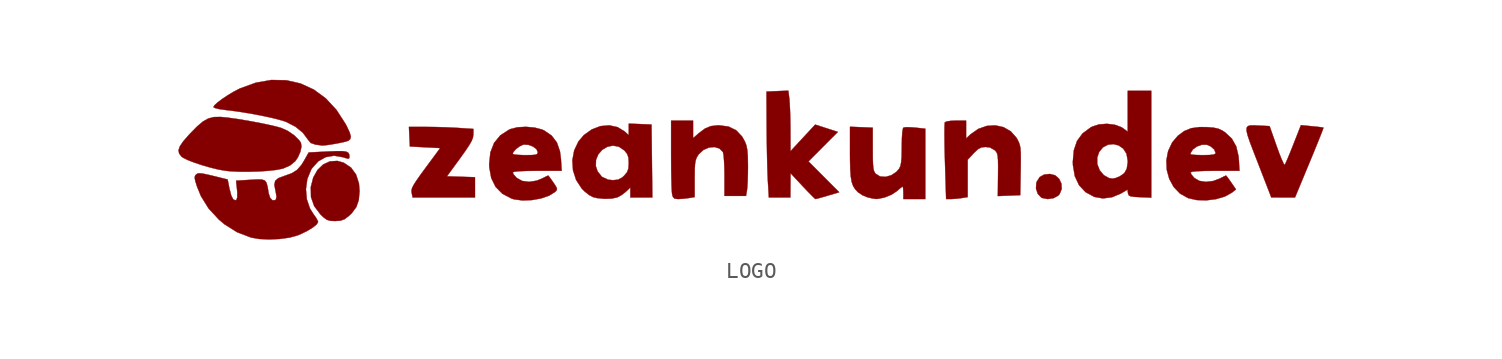
<source format=kicad_sym>
(kicad_symbol_lib
  (version 20220914)
  (generator bitmap2component)
  (symbol "LOGO"
    (pin_names
      (offset 1.016))
    (property "Reference" "#G"
      (at 0 4.367 0)
      (effects (font (size 1.27 1.27)) hide))
    (symbol "LOGO_0_0"
      (polyline (pts (xy -29.465 -4.946) (xy -28.852 -4.861) (xy -28.354 -4.725) (xy -28.125 -4.63) (xy -27.72 -4.429) (xy -27.383 -4.221) (xy -27.153 -4.032) (xy -27.067 -3.886) (xy -27.079 -3.832) (xy -27.181 -3.637) (xy -27.352 -3.395) (xy -27.568 -3.055) (xy -27.77 -2.469) (xy -27.828 -1.833) (xy -27.741 -1.199) (xy -27.504 -0.621) (xy -27.443 -0.523) (xy -27.058 -0.095) (xy -26.59 0.169) (xy -26.067 0.259) (xy -25.516 0.164) (xy -25.42 0.132) (xy -25.213 0.074) (xy -25.125 0.09) (xy -25.107 0.183) (xy -25.119 0.328) (xy -25.177 0.443) (xy -25.309 0.512) (xy -25.546 0.543) (xy -25.919 0.543) (xy -26.457 0.521) (xy -27.654 0.461) (xy -27.94 -0.047) (xy -28.108 -0.319) (xy -28.377 -0.626) (xy -28.713 -0.839) (xy -29.181 -1.007) (xy -29.19 -1.01) (xy -29.554 -1.146) (xy -29.748 -1.315) (xy -29.799 -1.56) (xy -29.733 -1.924) (xy -29.716 -1.988) (xy -29.665 -2.311) (xy -29.705 -2.481) (xy -29.759 -2.523) (xy -29.922 -2.526) (xy -30.065 -2.373) (xy -30.157 -2.089) (xy -30.16 -2.07) (xy -30.223 -1.682) (xy -30.291 -1.431) (xy -30.401 -1.288) (xy -30.592 -1.229) (xy -30.902 -1.226) (xy -31.37 -1.253) (xy -32.192 -1.302) (xy -32.132 -1.872) (xy -32.117 -2.062) (xy -32.121 -2.367) (xy -32.177 -2.507) (xy -32.231 -2.53) (xy -32.372 -2.472) (xy -32.496 -2.228) (xy -32.608 -1.792) (xy -32.721 -1.226) (xy -33.638 -1.002) (xy -33.916 -0.935) (xy -34.258 -0.863) (xy -34.475 -0.838) (xy -34.608 -0.858) (xy -34.697 -0.919) (xy -34.757 -0.997) (xy -34.78 -1.124) (xy -34.74 -1.332) (xy -34.633 -1.671) (xy -34.389 -2.268) (xy -33.914 -3.035) (xy -33.271 -3.731) (xy -32.925 -4.023) (xy -32.137 -4.52) (xy -31.258 -4.856) (xy -31.256 -4.857) (xy -30.742 -4.947) (xy -30.12 -4.975) (xy -29.465 -4.946)) (stroke (width 0.01) (type default)) (fill (type outline)))
      (polyline (pts (xy -25.667 -3.803) (xy -25.414 -3.712) (xy -25.153 -3.516) (xy -24.96 -3.332) (xy -24.677 -2.952) (xy -24.525 -2.516) (xy -24.475 -1.961) (xy -24.512 -1.478) (xy -24.692 -0.919) (xy -25.012 -0.481) (xy -25.464 -0.179) (xy -25.865 -0.067) (xy -26.329 -0.096) (xy -26.75 -0.29) (xy -27.104 -0.632) (xy -27.369 -1.105) (xy -27.52 -1.692) (xy -27.522 -1.707) (xy -27.51 -2.326) (xy -27.309 -2.896) (xy -26.923 -3.406) (xy -26.722 -3.599) (xy -26.515 -3.748) (xy -26.302 -3.811) (xy -26.005 -3.825) (xy -25.667 -3.803)) (stroke (width 0.01) (type default)) (fill (type outline)))
      (polyline (pts (xy -13.699 -2.515) (xy -13.129 -2.412) (xy -12.626 -2.239) (xy -12.251 -2.004) (xy -12.162 -1.912) (xy -12.134 -1.811) (xy -12.198 -1.663) (xy -12.365 -1.41) (xy -12.482 -1.243) (xy -12.62 -1.054) (xy -12.684 -0.981) (xy -12.706 -0.989) (xy -12.855 -1.058) (xy -13.092 -1.177) (xy -13.412 -1.304) (xy -13.882 -1.376) (xy -14.312 -1.318) (xy -14.647 -1.133) (xy -14.678 -1.103) (xy -14.84 -0.919) (xy -14.906 -0.789) (xy -14.906 -0.788) (xy -14.804 -0.744) (xy -14.511 -0.712) (xy -14.032 -0.693) (xy -13.374 -0.686) (xy -11.841 -0.686) (xy -11.888 0.055) (xy -11.95 0.533) (xy -12.143 1.087) (xy -12.47 1.515) (xy -12.943 1.839) (xy -13.065 1.893) (xy -13.534 2.015) (xy -14.074 2.063) (xy -14.601 2.035) (xy -15.032 1.927) (xy -15.141 1.879) (xy -15.681 1.529) (xy -16.066 1.058) (xy -16.297 0.467) (xy -16.307 0.374) (xy -14.906 0.374) (xy -14.867 0.48) (xy -14.706 0.665) (xy -14.48 0.839) (xy -14.256 0.944) (xy -14.21 0.953) (xy -13.926 0.938) (xy -13.643 0.835) (xy -13.425 0.676) (xy -13.337 0.492) (xy -13.34 0.438) (xy -13.38 0.36) (xy -13.497 0.317) (xy -13.731 0.298) (xy -14.122 0.294) (xy -14.233 0.295) (xy -14.576 0.309) (xy -14.816 0.337) (xy -14.906 0.374) (xy -16.307 0.374) (xy -16.373 -0.245) (xy -16.367 -0.464) (xy -16.245 -1.138) (xy -15.971 -1.692) (xy -15.549 -2.12) (xy -14.981 -2.419) (xy -14.799 -2.473) (xy -14.276 -2.539) (xy -13.699 -2.515)) (stroke (width 0.01) (type default)) (fill (type outline)))
      (polyline (pts (xy 29.058 -2.456) (xy 29.611 -2.293) (xy 30.045 -2.053) (xy 30.303 -1.849) (xy 30.005 -1.415) (xy 29.884 -1.243) (xy 29.746 -1.054) (xy 29.682 -0.981) (xy 29.66 -0.989) (xy 29.511 -1.058) (xy 29.274 -1.177) (xy 28.88 -1.323) (xy 28.422 -1.378) (xy 28.01 -1.314) (xy 27.7 -1.132) (xy 27.679 -1.111) (xy 27.523 -0.922) (xy 27.459 -0.789) (xy 27.46 -0.787) (xy 27.563 -0.744) (xy 27.857 -0.712) (xy 28.335 -0.693) (xy 28.991 -0.686) (xy 30.522 -0.686) (xy 30.484 -0.025) (xy 30.462 0.23) (xy 30.318 0.84) (xy 30.044 1.326) (xy 29.627 1.715) (xy 29.455 1.828) (xy 29.204 1.945) (xy 28.908 2.01) (xy 28.491 2.044) (xy 28.024 2.048) (xy 27.502 1.976) (xy 27.068 1.799) (xy 26.668 1.502) (xy 26.314 1.085) (xy 26.063 0.548) (xy 26.025 0.35) (xy 27.459 0.35) (xy 27.471 0.431) (xy 27.613 0.654) (xy 27.87 0.837) (xy 28.179 0.945) (xy 28.48 0.943) (xy 28.724 0.839) (xy 28.942 0.647) (xy 29.029 0.434) (xy 29.009 0.381) (xy 28.895 0.329) (xy 28.651 0.302) (xy 28.244 0.294) (xy 28.133 0.295) (xy 27.79 0.304) (xy 27.55 0.324) (xy 27.459 0.35) (xy 26.025 0.35) (xy 25.953 -0.033) (xy 25.978 -0.625) (xy 26.133 -1.192) (xy 26.411 -1.699) (xy 26.807 -2.111) (xy 27.314 -2.393) (xy 27.315 -2.393) (xy 27.847 -2.514) (xy 28.449 -2.532) (xy 29.058 -2.456)) (stroke (width 0.01) (type default)) (fill (type outline)))
      (polyline (pts (xy -8.727 -2.423) (xy -8.367 -2.347) (xy -8.35 -2.341) (xy -8.082 -2.191) (xy -7.821 -1.986) (xy -7.551 -1.728) (xy -7.551 -2.041) (xy -7.551 -2.354) (xy -6.863 -2.354) (xy -6.175 -2.354) (xy -6.201 -0.073) (xy -6.227 2.207) (xy -6.938 2.235) (xy -7.649 2.264) (xy -7.649 1.9) (xy -7.649 1.535) (xy -7.87 1.742) (xy -7.902 1.771) (xy -8.349 2.044) (xy -8.864 2.155) (xy -9.411 2.108) (xy -9.953 1.905) (xy -10.454 1.549) (xy -10.791 1.153) (xy -11.059 0.59) (xy -11.174 -0.026) (xy -11.151 -0.392) (xy -9.708 -0.392) (xy -9.697 -0.004) (xy -9.554 0.343) (xy -9.31 0.623) (xy -8.994 0.814) (xy -8.64 0.889) (xy -8.277 0.824) (xy -7.936 0.596) (xy -7.918 0.578) (xy -7.748 0.367) (xy -7.669 0.139) (xy -7.649 -0.196) (xy -7.649 -0.228) (xy -7.672 -0.551) (xy -7.757 -0.775) (xy -7.936 -0.988) (xy -8.069 -1.109) (xy -8.318 -1.24) (xy -8.647 -1.273) (xy -8.945 -1.24) (xy -9.328 -1.059) (xy -9.599 -0.717) (xy -9.708 -0.392) (xy -11.151 -0.392) (xy -11.134 -0.656) (xy -10.939 -1.26) (xy -10.586 -1.798) (xy -10.421 -1.965) (xy -10.135 -2.195) (xy -9.886 -2.328) (xy -9.641 -2.388) (xy -9.182 -2.436) (xy -8.727 -2.423)) (stroke (width 0.01) (type default)) (fill (type outline)))
      (polyline (pts (xy -4.559 -2.451) (xy -4.239 -2.431) (xy -3.898 -2.389) (xy -3.53 -2.328) (xy -3.53 -1.179) (xy -3.53 -1.059) (xy -3.525 -0.589) (xy -3.506 -0.261) (xy -3.468 -0.033) (xy -3.404 0.141) (xy -3.306 0.304) (xy -3.27 0.355) (xy -2.983 0.617) (xy -2.64 0.767) (xy -2.289 0.8) (xy -1.98 0.708) (xy -1.763 0.486) (xy -1.758 0.475) (xy -1.723 0.29) (xy -1.694 -0.043) (xy -1.674 -0.478) (xy -1.667 -0.974) (xy -1.667 -2.256) (xy -0.994 -2.256) (xy -0.32 -2.256) (xy -0.259 -1.888) (xy -0.239 -1.704) (xy -0.218 -1.34) (xy -0.204 -0.884) (xy -0.199 -0.392) (xy -0.2 -0.293) (xy -0.21 0.23) (xy -0.24 0.611) (xy -0.296 0.895) (xy -0.382 1.128) (xy -0.561 1.45) (xy -0.936 1.847) (xy -1.416 2.081) (xy -2.01 2.158) (xy -2.082 2.157) (xy -2.52 2.107) (xy -2.89 1.953) (xy -3.274 1.664) (xy -3.629 1.353) (xy -3.629 1.902) (xy -3.629 2.452) (xy -4.315 2.452) (xy -5.002 2.452) (xy -5.002 0.306) (xy -5.001 0.078) (xy -4.997 -0.557) (xy -4.987 -1.131) (xy -4.974 -1.609) (xy -4.958 -1.958) (xy -4.94 -2.145) (xy -4.9 -2.298) (xy -4.794 -2.423) (xy -4.572 -2.451) (xy -4.559 -2.451)) (stroke (width 0.01) (type default)) (fill (type outline)))
      (polyline (pts (xy 4.029 -2.45) (xy 4.17 -2.416) (xy 4.439 -2.341) (xy 4.787 -2.24) (xy 5.505 -2.027) (xy 4.544 -1.063) (xy 3.583 -0.098) (xy 4.501 0.824) (xy 5.42 1.746) (xy 4.712 1.974) (xy 4.003 2.202) (xy 3.232 1.371) (xy 2.46 0.539) (xy 2.455 1.912) (xy 2.455 2) (xy 2.447 2.553) (xy 2.432 3.074) (xy 2.411 3.51) (xy 2.388 3.804) (xy 2.325 4.323) (xy 1.642 4.295) (xy 0.959 4.266) (xy 0.971 2.01) (xy 0.972 1.815) (xy 0.98 1.084) (xy 0.992 0.359) (xy 1.007 -0.311) (xy 1.025 -0.879) (xy 1.044 -1.299) (xy 1.107 -2.354) (xy 1.779 -2.354) (xy 2.452 -2.354) (xy 2.457 -1.594) (xy 2.462 -0.834) (xy 3.217 -1.642) (xy 3.49 -1.93) (xy 3.752 -2.2) (xy 3.938 -2.383) (xy 4.021 -2.451) (xy 4.029 -2.45)) (stroke (width 0.01) (type default)) (fill (type outline)))
      (polyline (pts (xy 10.886 -0.253) (xy 10.886 1.946) (xy 10.256 2.013) (xy 9.945 2.037) (xy 9.667 2.039) (xy 9.521 2.015) (xy 9.492 1.968) (xy 9.45 1.742) (xy 9.424 1.353) (xy 9.415 0.824) (xy 9.414 0.691) (xy 9.405 0.195) (xy 9.377 -0.152) (xy 9.328 -0.387) (xy 9.253 -0.548) (xy 9.084 -0.748) (xy 8.759 -0.964) (xy 8.399 -1.065) (xy 8.057 -1.038) (xy 7.787 -0.872) (xy 7.745 -0.82) (xy 7.681 -0.701) (xy 7.64 -0.527) (xy 7.615 -0.264) (xy 7.603 0.124) (xy 7.6 0.673) (xy 7.6 2.01) (xy 6.889 2.039) (xy 6.178 2.068) (xy 6.178 0.443) (xy 6.18 0.022) (xy 6.194 -0.583) (xy 6.227 -1.041) (xy 6.286 -1.383) (xy 6.377 -1.641) (xy 6.507 -1.845) (xy 6.681 -2.027) (xy 6.684 -2.03) (xy 6.949 -2.207) (xy 7.257 -2.337) (xy 7.283 -2.344) (xy 7.564 -2.411) (xy 7.778 -2.443) (xy 7.91 -2.441) (xy 8.337 -2.355) (xy 8.771 -2.18) (xy 9.114 -1.953) (xy 9.198 -1.878) (xy 9.378 -1.727) (xy 9.47 -1.667) (xy 9.479 -1.677) (xy 9.503 -1.814) (xy 9.513 -2.059) (xy 9.513 -2.452) (xy 10.199 -2.452) (xy 10.886 -2.452) (xy 10.886 -0.253)) (stroke (width 0.01) (type default)) (fill (type outline)))
      (polyline (pts (xy 12.492 -2.451) (xy 12.505 -2.451) (xy 12.825 -2.431) (xy 13.166 -2.389) (xy 13.534 -2.328) (xy 13.534 -1.16) (xy 13.534 0.008) (xy 13.905 0.406) (xy 13.947 0.45) (xy 14.188 0.672) (xy 14.399 0.778) (xy 14.653 0.804) (xy 14.931 0.77) (xy 15.237 0.595) (xy 15.311 0.511) (xy 15.372 0.397) (xy 15.41 0.231) (xy 15.43 -0.023) (xy 15.436 -0.401) (xy 15.432 -0.939) (xy 15.418 -2.264) (xy 16.119 -2.235) (xy 16.819 -2.207) (xy 16.846 -0.682) (xy 16.85 -0.454) (xy 16.855 0.071) (xy 16.85 0.451) (xy 16.831 0.724) (xy 16.792 0.927) (xy 16.732 1.098) (xy 16.645 1.274) (xy 16.584 1.379) (xy 16.229 1.78) (xy 15.777 2.04) (xy 15.263 2.154) (xy 14.723 2.12) (xy 14.192 1.932) (xy 13.705 1.589) (xy 13.435 1.336) (xy 13.435 1.894) (xy 13.435 2.452) (xy 12.804 2.452) (xy 12.494 2.439) (xy 12.232 2.401) (xy 12.107 2.346) (xy 12.096 2.285) (xy 12.086 2.048) (xy 12.082 1.662) (xy 12.086 1.155) (xy 12.096 0.557) (xy 12.114 -0.105) (xy 12.186 -2.452) (xy 12.492 -2.451)) (stroke (width 0.01) (type default)) (fill (type outline)))
      (polyline (pts (xy 18.897 -2.399) (xy 19.191 -2.239) (xy 19.285 -2.131) (xy 19.41 -1.817) (xy 19.392 -1.485) (xy 19.249 -1.184) (xy 19.001 -0.967) (xy 18.669 -0.883) (xy 18.311 -0.922) (xy 18.035 -1.075) (xy 17.85 -1.369) (xy 17.823 -1.45) (xy 17.804 -1.796) (xy 17.914 -2.124) (xy 18.131 -2.353) (xy 18.19 -2.383) (xy 18.531 -2.45) (xy 18.897 -2.399)) (stroke (width 0.01) (type default)) (fill (type outline)))
      (polyline (pts (xy 22.553 -2.339) (xy 23.105 -2.108) (xy 23.523 -1.863) (xy 23.554 -2.084) (xy 23.56 -2.118) (xy 23.603 -2.22) (xy 23.71 -2.28) (xy 23.927 -2.313) (xy 24.297 -2.333) (xy 25.008 -2.362) (xy 25.008 0.976) (xy 25.008 4.315) (xy 24.272 4.315) (xy 23.537 4.315) (xy 23.537 3.037) (xy 23.537 1.759) (xy 23.24 1.978) (xy 23.146 2.039) (xy 22.734 2.191) (xy 22.242 2.251) (xy 21.747 2.215) (xy 21.322 2.079) (xy 21.213 2.02) (xy 20.713 1.649) (xy 20.368 1.18) (xy 20.169 0.596) (xy 20.129 0.139) (xy 21.629 0.139) (xy 21.75 0.489) (xy 21.991 0.782) (xy 22.302 0.945) (xy 22.643 0.983) (xy 22.976 0.898) (xy 23.262 0.696) (xy 23.461 0.379) (xy 23.537 -0.048) (xy 23.535 -0.171) (xy 23.477 -0.562) (xy 23.324 -0.831) (xy 23.048 -1.029) (xy 22.795 -1.133) (xy 22.585 -1.175) (xy 22.371 -1.142) (xy 22.04 -0.956) (xy 21.784 -0.65) (xy 21.635 -0.269) (xy 21.629 0.139) (xy 20.129 0.139) (xy 20.106 -0.119) (xy 20.113 -0.331) (xy 20.23 -1.02) (xy 20.493 -1.584) (xy 20.898 -2.017) (xy 21.442 -2.313) (xy 21.453 -2.317) (xy 21.984 -2.411) (xy 22.553 -2.339)) (stroke (width 0.01) (type default)) (fill (type outline)))
      (polyline (pts (xy -17.26 -1.72) (xy -17.26 -1.086) (xy -18.137 -1.058) (xy -19.015 -1.03) (xy -18.19 0.098) (xy -17.861 0.558) (xy -17.618 0.921) (xy -17.466 1.192) (xy -17.386 1.401) (xy -17.362 1.579) (xy -17.358 1.932) (xy -18.314 1.995) (xy -18.521 2.007) (xy -19.114 2.034) (xy -19.752 2.052) (xy -20.33 2.059) (xy -21.389 2.059) (xy -21.359 1.446) (xy -21.33 0.834) (xy -20.383 0.785) (xy -19.435 0.736) (xy -20.357 -0.511) (xy -20.696 -0.975) (xy -20.947 -1.334) (xy -21.109 -1.593) (xy -21.198 -1.781) (xy -21.229 -1.926) (xy -21.218 -2.056) (xy -21.159 -2.354) (xy -19.209 -2.354) (xy -17.26 -2.354) (xy -17.26 -1.72)) (stroke (width 0.01) (type default)) (fill (type outline)))
      (polyline (pts (xy 34.895 -0.181) (xy 35.07 0.242) (xy 35.302 0.808) (xy 35.498 1.293) (xy 35.649 1.672) (xy 35.743 1.92) (xy 35.772 2.013) (xy 35.77 2.014) (xy 35.654 2.034) (xy 35.398 2.065) (xy 35.054 2.1) (xy 34.362 2.166) (xy 33.888 0.96) (xy 33.853 0.871) (xy 33.675 0.427) (xy 33.521 0.056) (xy 33.407 -0.205) (xy 33.349 -0.319) (xy 33.339 -0.32) (xy 33.269 -0.213) (xy 33.155 0.04) (xy 33.008 0.407) (xy 32.844 0.858) (xy 32.404 2.108) (xy 31.815 2.137) (xy 31.736 2.141) (xy 31.428 2.156) (xy 31.198 2.151) (xy 31.045 2.106) (xy 30.967 1.999) (xy 30.964 1.811) (xy 31.033 1.52) (xy 31.174 1.107) (xy 31.385 0.551) (xy 31.665 -0.169) (xy 32.51 -2.349) (xy 33.251 -2.351) (xy 33.992 -2.354) (xy 34.895 -0.181)) (stroke (width 0.01) (type default)) (fill (type outline)))
      (polyline (pts (xy -30.73 -0.724) (xy -30.13 -0.682) (xy -29.622 -0.622) (xy -29.257 -0.545) (xy -29.256 -0.545) (xy -28.818 -0.352) (xy -28.5 -0.093) (xy -28.329 0.156) (xy -28.175 0.503) (xy -28.106 0.829) (xy -28.142 1.068) (xy -28.244 1.219) (xy -28.557 1.53) (xy -28.957 1.806) (xy -29.372 1.994) (xy -29.649 2.072) (xy -30.16 2.192) (xy -30.776 2.319) (xy -31.445 2.442) (xy -32.115 2.553) (xy -32.734 2.64) (xy -33.165 2.681) (xy -33.576 2.673) (xy -33.927 2.585) (xy -34.261 2.398) (xy -34.624 2.092) (xy -35.06 1.649) (xy -35.154 1.548) (xy -35.501 1.149) (xy -35.709 0.841) (xy -35.79 0.6) (xy -35.752 0.396) (xy -35.606 0.203) (xy -35.513 0.134) (xy -35.225 -0.009) (xy -34.816 -0.168) (xy -34.332 -0.329) (xy -33.817 -0.478) (xy -33.316 -0.601) (xy -32.874 -0.681) (xy -32.558 -0.715) (xy -31.996 -0.742) (xy -31.37 -0.744) (xy -30.73 -0.724)) (stroke (width 0.01) (type default)) (fill (type outline)))
      (polyline (pts (xy -26.659 0.904) (xy -26.359 0.943) (xy -25.999 1.002) (xy -25.64 1.071) (xy -25.346 1.137) (xy -25.179 1.191) (xy -25.055 1.294) (xy -25.021 1.454) (xy -25.09 1.705) (xy -25.264 2.082) (xy -25.34 2.228) (xy -25.913 3.116) (xy -26.582 3.839) (xy -27.336 4.393) (xy -28.163 4.772) (xy -29.05 4.973) (xy -29.985 4.991) (xy -30.955 4.822) (xy -31.95 4.461) (xy -31.988 4.444) (xy -32.346 4.257) (xy -32.718 4.034) (xy -33.068 3.799) (xy -33.358 3.58) (xy -33.55 3.403) (xy -33.608 3.294) (xy -33.603 3.285) (xy -33.47 3.224) (xy -33.2 3.163) (xy -32.845 3.114) (xy -32.553 3.081) (xy -31.869 2.986) (xy -31.14 2.864) (xy -30.427 2.726) (xy -29.789 2.584) (xy -29.286 2.448) (xy -29.054 2.367) (xy -28.485 2.073) (xy -28.018 1.693) (xy -27.699 1.264) (xy -27.534 1.059) (xy -27.239 0.954) (xy -27.228 0.952) (xy -26.986 0.92) (xy -26.841 0.898) (xy -26.834 0.897) (xy -26.659 0.904)) (stroke (width 0.01) (type default)) (fill (type outline))))))
</source>
